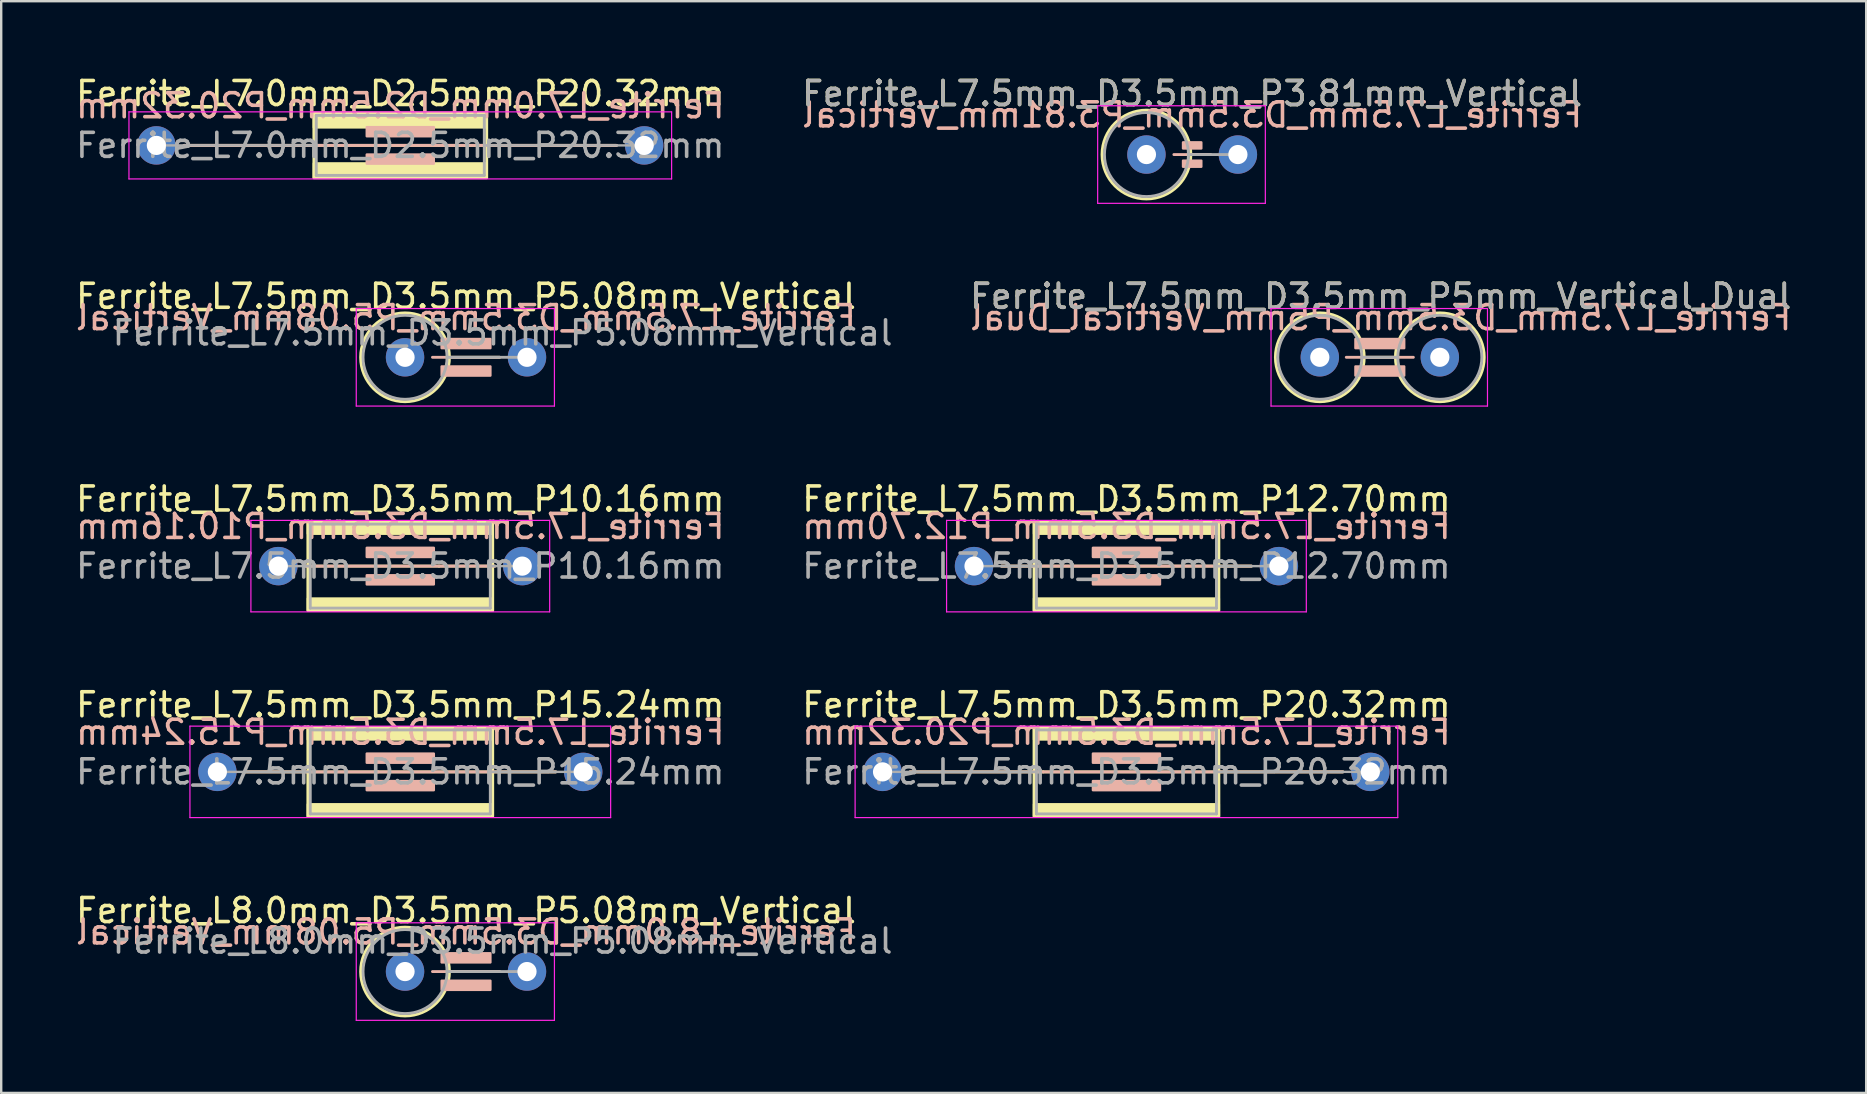
<source format=kicad_pcb>
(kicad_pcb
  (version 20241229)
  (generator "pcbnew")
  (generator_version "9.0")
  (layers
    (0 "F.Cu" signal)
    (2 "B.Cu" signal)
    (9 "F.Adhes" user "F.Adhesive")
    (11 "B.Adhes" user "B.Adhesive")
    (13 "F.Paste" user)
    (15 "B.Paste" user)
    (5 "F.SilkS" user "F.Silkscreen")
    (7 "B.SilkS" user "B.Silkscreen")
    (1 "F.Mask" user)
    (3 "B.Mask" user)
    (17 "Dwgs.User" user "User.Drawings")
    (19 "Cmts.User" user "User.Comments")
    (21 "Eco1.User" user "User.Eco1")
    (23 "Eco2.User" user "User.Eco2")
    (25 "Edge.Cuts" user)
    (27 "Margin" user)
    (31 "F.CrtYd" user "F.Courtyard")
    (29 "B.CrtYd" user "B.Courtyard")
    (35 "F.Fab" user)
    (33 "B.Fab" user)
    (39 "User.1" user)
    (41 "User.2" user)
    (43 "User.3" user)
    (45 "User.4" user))
  (footprint "Ferrite_L7.5mm_D3.5mm_P15.24mm"
    (layer "F.Cu")
    (at 6.005 29.105)
    (property "Reference" "Ferrite_L7.5mm_D3.5mm_P15.24mm" (at 7.62 -2.794 0) (layer "F.SilkS") (effects (font (size 1 1) (thickness 0.15))))
    (fp_line (start 6.694 0.000002) (end 1.143 0) (stroke (width 0.12) (type solid)) (layer "F.SilkS"))
    (fp_line (start 6.694 0.000002) (end 14.097 0) (stroke (width 0.12) (type solid)) (layer "F.SilkS"))
    (fp_rect (start 3.77 -1.85) (end 11.47 1.85) (stroke (width 0.12) (type solid)) (fill no) (layer "F.SilkS"))
    (fp_poly (pts (xy 3.77 1.35) (xy 11.47 1.35) (xy 11.47 1.85) (xy 3.77 1.85)) (stroke (width 0.1) (type solid)) (fill yes) (layer "F.SilkS"))
    (fp_poly (pts (xy 11.47 -1.35) (xy 3.77 -1.35) (xy 3.77 -1.85) (xy 11.47 -1.85)) (stroke (width 0.1) (type solid)) (fill yes) (layer "F.SilkS"))
    (fp_line (start 1.143 0) (end 14.097 0) (stroke (width 0.12) (type solid)) (layer "B.SilkS"))
    (fp_rect (start 6.223 -0.762) (end 9.017 -0.381) (stroke (width 0.1) (type solid)) (fill yes) (layer "B.SilkS"))
    (fp_rect (start 6.223 0.381) (end 9.017 0.762) (stroke (width 0.1) (type solid)) (fill yes) (layer "B.SilkS"))
    (fp_line (start -1.143 -1.905) (end 16.383 -1.905) (stroke (width 0.05) (type solid)) (layer "F.CrtYd"))
    (fp_line (start -1.143 1.905) (end -1.143 -1.905) (stroke (width 0.05) (type solid)) (layer "F.CrtYd"))
    (fp_line (start 16.383 -1.905) (end 16.383 1.905) (stroke (width 0.05) (type solid)) (layer "F.CrtYd"))
    (fp_line (start 16.383 1.905) (end -1.143 1.905) (stroke (width 0.05) (type solid)) (layer "F.CrtYd"))
    (fp_line (start 0 0) (end 3.87 0) (stroke (width 0.1) (type solid)) (layer "F.Fab"))
    (fp_line (start 3.87 -1.75) (end 11.37 -1.75) (stroke (width 0.12) (type solid)) (layer "F.Fab"))
    (fp_line (start 3.87 1.75) (end 3.87 -1.75) (stroke (width 0.12) (type solid)) (layer "F.Fab"))
    (fp_line (start 11.37 -1.75) (end 11.37 1.75) (stroke (width 0.12) (type solid)) (layer "F.Fab"))
    (fp_line (start 11.37 1.75) (end 3.87 1.75) (stroke (width 0.12) (type solid)) (layer "F.Fab"))
    (fp_line (start 15.24 0) (end 11.37 0) (stroke (width 0.1) (type solid)) (layer "F.Fab"))
    (fp_text user "${REFERENCE}" (at 7.62 -1.651 0) (layer "B.SilkS") (effects (font (size 1 1) (thickness 0.15)) (justify mirror)))
    (fp_text user "${REFERENCE}" (at 7.62 0 0) (layer "F.Fab") (effects (font (size 1 1) (thickness 0.15))))
    (pad "1" thru_hole circle (at 0 0) (size 1.6 1.6) (drill 0.8) (layers "*.Cu" "*.Mask"))
    (pad "2" thru_hole circle (at 15.24 0) (size 1.6 1.6) (drill 0.8) (layers "*.Cu" "*.Mask")))
  (footprint "Ferrite_L8.0mm_D3.5mm_P5.08mm_Vertical"
    (layer "F.Cu")
    (at 13.823 37.423)
    (property "Reference" "Ferrite_L8.0mm_D3.5mm_P5.08mm_Vertical" (at 2.54 -2.54 0) (layer "F.SilkS") (effects (font (size 1 1) (thickness 0.15))))
    (fp_line (start 1.85 0) (end 3.937 0) (stroke (width 0.12) (type solid)) (layer "F.SilkS"))
    (fp_circle (center 0 0) (end 0 -1.85) (stroke (width 0.12) (type solid)) (fill no) (layer "F.SilkS"))
    (fp_line (start 3.937 0) (end 1.143 0) (stroke (width 0.12) (type solid)) (layer "B.SilkS"))
    (fp_rect (start 1.524 -0.762) (end 3.556 -0.381) (stroke (width 0.1) (type solid)) (fill yes) (layer "B.SilkS"))
    (fp_rect (start 1.524 0.381) (end 3.556 0.762) (stroke (width 0.1) (type solid)) (fill yes) (layer "B.SilkS"))
    (fp_line (start -2.032 -2.032) (end 6.223 -2.032) (stroke (width 0.05) (type solid)) (layer "F.CrtYd"))
    (fp_line (start -2.032 2.032) (end -2.032 -2.032) (stroke (width 0.05) (type solid)) (layer "F.CrtYd"))
    (fp_line (start 6.223 -2.032) (end 6.223 2.032) (stroke (width 0.05) (type solid)) (layer "F.CrtYd"))
    (fp_line (start 6.223 2.032) (end -2.032 2.032) (stroke (width 0.05) (type solid)) (layer "F.CrtYd"))
    (fp_line (start 1.75 0) (end 5.08 0) (stroke (width 0.12) (type solid)) (layer "F.Fab"))
    (fp_circle (center 0 0) (end 0 -1.75) (stroke (width 0.12) (type solid)) (fill no) (layer "F.Fab"))
    (fp_text user "${REFERENCE}" (at 2.54 -1.651 0) (layer "B.SilkS") (effects (font (size 1 1) (thickness 0.15)) (justify mirror)))
    (fp_text user "${REFERENCE}" (at 4.064 -1.27 0) (layer "F.Fab") (effects (font (size 1 1) (thickness 0.15))))
    (pad "1" thru_hole circle (at 0 0) (size 1.6 1.6) (drill 0.8) (layers "*.Cu" "*.Mask"))
    (pad "2" thru_hole circle (at 5.08 0) (size 1.6 1.6) (drill 0.8) (layers "*.Cu" "*.Mask")))
  (footprint "Ferrite_L7.5mm_D3.5mm_P3.81mm_Vertical"
    (layer "F.Cu")
    (at 44.708 3.388)
    (property "Reference" "Ferrite_L7.5mm_D3.5mm_P3.81mm_Vertical" (at 1.905 -2.54 0) (layer "F.SilkS") (effects (font (size 1 1) (thickness 0.15))))
    (fp_line (start 1.85 0) (end 2.667 0) (stroke (width 0.12) (type solid)) (layer "F.SilkS"))
    (fp_circle (center 0 0) (end 0 -1.85) (stroke (width 0.12) (type solid)) (fill no) (layer "F.SilkS"))
    (fp_line (start 2.667 0) (end 1.143 0) (stroke (width 0.12) (type solid)) (layer "B.SilkS"))
    (fp_rect (start 1.524 -0.508) (end 2.286 -0.254) (stroke (width 0.1) (type solid)) (fill yes) (layer "B.SilkS"))
    (fp_rect (start 1.524 0.254) (end 2.286 0.508) (stroke (width 0.1) (type solid)) (fill yes) (layer "B.SilkS"))
    (fp_line (start -2.032 -2.032) (end 4.953 -2.032) (stroke (width 0.05) (type solid)) (layer "F.CrtYd"))
    (fp_line (start -2.032 2.032) (end -2.032 -2.032) (stroke (width 0.05) (type solid)) (layer "F.CrtYd"))
    (fp_line (start 4.953 -2.032) (end 4.953 2.032) (stroke (width 0.05) (type solid)) (layer "F.CrtYd"))
    (fp_line (start 4.953 2.032) (end -2.032 2.032) (stroke (width 0.05) (type solid)) (layer "F.CrtYd"))
    (fp_line (start 1.75 0) (end 3.81 0) (stroke (width 0.12) (type solid)) (layer "F.Fab"))
    (fp_circle (center 0 0) (end 0 -1.75) (stroke (width 0.12) (type solid)) (fill no) (layer "F.Fab"))
    (fp_text user "${REFERENCE}" (at 1.905 -1.651 0) (layer "B.SilkS") (effects (font (size 1 1) (thickness 0.15)) (justify mirror)))
    (fp_text user "${REFERENCE}" (at 1.905 -2.539 0) (layer "F.Fab") (effects (font (size 1 1) (thickness 0.15))))
    (pad "1" thru_hole circle (at 0 0) (size 1.6 1.6) (drill 0.8) (layers "*.Cu" "*.Mask"))
    (pad "2" thru_hole circle (at 3.81 0) (size 1.6 1.6) (drill 0.8) (layers "*.Cu" "*.Mask")))
  (footprint "Ferrite_L7.5mm_D3.5mm_P20.32mm"
    (layer "F.Cu")
    (at 33.715 29.105)
    (property "Reference" "Ferrite_L7.5mm_D3.5mm_P20.32mm" (at 10.16 -2.794 0) (layer "F.SilkS") (effects (font (size 1 1) (thickness 0.15))))
    (fp_line (start 6.694 0.000002) (end 1.143 0) (stroke (width 0.12) (type solid)) (layer "F.SilkS"))
    (fp_line (start 6.694 0.000002) (end 19.177 0) (stroke (width 0.12) (type solid)) (layer "F.SilkS"))
    (fp_rect (start 6.31 -1.85) (end 14.01 1.85) (stroke (width 0.12) (type solid)) (fill no) (layer "F.SilkS"))
    (fp_poly (pts (xy 6.31 1.35) (xy 14.01 1.35) (xy 14.01 1.85) (xy 6.31 1.85)) (stroke (width 0.1) (type solid)) (fill yes) (layer "F.SilkS"))
    (fp_poly (pts (xy 14.01 -1.35) (xy 6.31 -1.35) (xy 6.31 -1.85) (xy 14.01 -1.85)) (stroke (width 0.1) (type solid)) (fill yes) (layer "F.SilkS"))
    (fp_line (start 1.143 0) (end 19.177 0) (stroke (width 0.12) (type solid)) (layer "B.SilkS"))
    (fp_rect (start 8.763 -0.762) (end 11.557 -0.381) (stroke (width 0.1) (type solid)) (fill yes) (layer "B.SilkS"))
    (fp_rect (start 8.763 0.381) (end 11.557 0.762) (stroke (width 0.1) (type solid)) (fill yes) (layer "B.SilkS"))
    (fp_line (start -1.143 -1.905) (end 21.463 -1.905) (stroke (width 0.05) (type solid)) (layer "F.CrtYd"))
    (fp_line (start -1.143 1.905) (end -1.143 -1.905) (stroke (width 0.05) (type solid)) (layer "F.CrtYd"))
    (fp_line (start 21.463 -1.905) (end 21.463 1.905) (stroke (width 0.05) (type solid)) (layer "F.CrtYd"))
    (fp_line (start 21.463 1.905) (end -1.143 1.905) (stroke (width 0.05) (type solid)) (layer "F.CrtYd"))
    (fp_line (start 0 0) (end 6.41 0) (stroke (width 0.1) (type solid)) (layer "F.Fab"))
    (fp_line (start 6.41 -1.75) (end 13.91 -1.75) (stroke (width 0.12) (type solid)) (layer "F.Fab"))
    (fp_line (start 6.41 1.75) (end 6.41 -1.75) (stroke (width 0.12) (type solid)) (layer "F.Fab"))
    (fp_line (start 13.91 -1.75) (end 13.91 1.75) (stroke (width 0.12) (type solid)) (layer "F.Fab"))
    (fp_line (start 13.91 1.75) (end 6.41 1.75) (stroke (width 0.12) (type solid)) (layer "F.Fab"))
    (fp_line (start 20.32 0) (end 13.91 0) (stroke (width 0.1) (type solid)) (layer "F.Fab"))
    (fp_text user "${REFERENCE}" (at 10.16 -1.651 0) (layer "B.SilkS") (effects (font (size 1 1) (thickness 0.15)) (justify mirror)))
    (fp_text user "${REFERENCE}" (at 10.16 0 0) (layer "F.Fab") (effects (font (size 1 1) (thickness 0.15))))
    (pad "1" thru_hole circle (at 0 0) (size 1.6 1.6) (drill 0.8) (layers "*.Cu" "*.Mask"))
    (pad "2" thru_hole circle (at 20.32 0) (size 1.6 1.6) (drill 0.8) (layers "*.Cu" "*.Mask")))
  (footprint "Ferrite_L7.5mm_D3.5mm_P5mm_Vertical_Dual"
    (layer "F.Cu")
    (at 51.93 11.834)
    (property "Reference" "Ferrite_L7.5mm_D3.5mm_P5mm_Vertical_Dual" (at 2.54 -2.54 0) (layer "F.SilkS") (effects (font (size 1 1) (thickness 0.15))))
    (fp_line (start 1.85 0) (end 3.15 0) (stroke (width 0.12) (type solid)) (layer "F.SilkS"))
    (fp_circle (center 0 0) (end 0 -1.85) (stroke (width 0.12) (type solid)) (fill no) (layer "F.SilkS"))
    (fp_circle (center 5 0) (end 5 -1.85) (stroke (width 0.12) (type solid)) (fill no) (layer "F.SilkS"))
    (fp_line (start 3.897 0) (end 1.103 0) (stroke (width 0.12) (type solid)) (layer "B.SilkS"))
    (fp_rect (start 1.484 -0.762) (end 3.516 -0.381) (stroke (width 0.1) (type solid)) (fill yes) (layer "B.SilkS"))
    (fp_rect (start 1.484 0.381) (end 3.516 0.762) (stroke (width 0.1) (type solid)) (fill yes) (layer "B.SilkS"))
    (fp_line (start -2.032 -2.032) (end 6.985 -2.032) (stroke (width 0.05) (type solid)) (layer "F.CrtYd"))
    (fp_line (start -2.032 2.032) (end -2.032 -2.032) (stroke (width 0.05) (type solid)) (layer "F.CrtYd"))
    (fp_line (start 6.985 -2.032) (end 6.985 2.032) (stroke (width 0.05) (type solid)) (layer "F.CrtYd"))
    (fp_line (start 6.985 2.032) (end -2.032 2.032) (stroke (width 0.05) (type solid)) (layer "F.CrtYd"))
    (fp_line (start 1.75 0) (end 3.25 0) (stroke (width 0.12) (type solid)) (layer "F.Fab"))
    (fp_circle (center 0 0) (end 0 -1.75) (stroke (width 0.12) (type solid)) (fill no) (layer "F.Fab"))
    (fp_circle (center 5 0) (end 5 -1.75) (stroke (width 0.12) (type solid)) (fill no) (layer "F.Fab"))
    (fp_text user "${REFERENCE}" (at 2.54 -1.651 0) (layer "B.SilkS") (effects (font (size 1 1) (thickness 0.15)) (justify mirror)))
    (fp_text user "${REFERENCE}" (at 2.54 -2.539 0) (layer "F.Fab") (effects (font (size 1 1) (thickness 0.15))))
    (pad "1" thru_hole circle (at 0 0) (size 1.6 1.6) (drill 0.8) (layers "*.Cu" "*.Mask"))
    (pad "2" thru_hole circle (at 5 0) (size 1.6 1.6) (drill 0.8) (layers "*.Cu" "*.Mask")))
  (footprint "Ferrite_L7.5mm_D3.5mm_P10.16mm"
    (layer "F.Cu")
    (at 8.545 20.533)
    (property "Reference" "Ferrite_L7.5mm_D3.5mm_P10.16mm" (at 5.08 -2.794 0) (layer "F.SilkS") (effects (font (size 1 1) (thickness 0.15))))
    (fp_line (start 6.694 0.000002) (end 1.143 0) (stroke (width 0.12) (type solid)) (layer "F.SilkS"))
    (fp_line (start 6.694 0.000002) (end 9.017 0) (stroke (width 0.12) (type solid)) (layer "F.SilkS"))
    (fp_rect (start 1.23 -1.85) (end 8.93 1.85) (stroke (width 0.12) (type solid)) (fill no) (layer "F.SilkS"))
    (fp_poly (pts (xy 1.23 1.35) (xy 8.93 1.35) (xy 8.93 1.85) (xy 1.23 1.85)) (stroke (width 0.1) (type solid)) (fill yes) (layer "F.SilkS"))
    (fp_poly (pts (xy 8.93 -1.35) (xy 1.23 -1.35) (xy 1.23 -1.85) (xy 8.93 -1.85)) (stroke (width 0.1) (type solid)) (fill yes) (layer "F.SilkS"))
    (fp_line (start 1.143 0) (end 9.017 0) (stroke (width 0.12) (type solid)) (layer "B.SilkS"))
    (fp_rect (start 3.683 -0.762) (end 6.477 -0.381) (stroke (width 0.1) (type solid)) (fill yes) (layer "B.SilkS"))
    (fp_rect (start 3.683 0.381) (end 6.477 0.762) (stroke (width 0.1) (type solid)) (fill yes) (layer "B.SilkS"))
    (fp_line (start -1.143 -1.905) (end 11.303 -1.905) (stroke (width 0.05) (type solid)) (layer "F.CrtYd"))
    (fp_line (start -1.143 1.905) (end -1.143 -1.905) (stroke (width 0.05) (type solid)) (layer "F.CrtYd"))
    (fp_line (start 11.303 -1.905) (end 11.303 1.905) (stroke (width 0.05) (type solid)) (layer "F.CrtYd"))
    (fp_line (start 11.303 1.905) (end -1.143 1.905) (stroke (width 0.05) (type solid)) (layer "F.CrtYd"))
    (fp_line (start 0 0) (end 1.33 0) (stroke (width 0.1) (type solid)) (layer "F.Fab"))
    (fp_line (start 1.33 -1.75) (end 8.83 -1.75) (stroke (width 0.12) (type solid)) (layer "F.Fab"))
    (fp_line (start 1.33 1.75) (end 1.33 -1.75) (stroke (width 0.12) (type solid)) (layer "F.Fab"))
    (fp_line (start 8.83 -1.75) (end 8.83 1.75) (stroke (width 0.12) (type solid)) (layer "F.Fab"))
    (fp_line (start 8.83 1.75) (end 1.33 1.75) (stroke (width 0.12) (type solid)) (layer "F.Fab"))
    (fp_line (start 10.16 0) (end 8.83 0) (stroke (width 0.1) (type solid)) (layer "F.Fab"))
    (fp_text user "${REFERENCE}" (at 5.08 -1.651 0) (layer "B.SilkS") (effects (font (size 1 1) (thickness 0.15)) (justify mirror)))
    (fp_text user "${REFERENCE}" (at 5.08 0 0) (layer "F.Fab") (effects (font (size 1 1) (thickness 0.15))))
    (pad "1" thru_hole circle (at 0 0) (size 1.6 1.6) (drill 0.8) (layers "*.Cu" "*.Mask"))
    (pad "2" thru_hole circle (at 10.16 0) (size 1.6 1.6) (drill 0.8) (layers "*.Cu" "*.Mask")))
  (footprint "Ferrite_L7.5mm_D3.5mm_P5.08mm_Vertical"
    (layer "F.Cu")
    (at 13.823 11.834)
    (property "Reference" "Ferrite_L7.5mm_D3.5mm_P5.08mm_Vertical" (at 2.54 -2.54 0) (layer "F.SilkS") (effects (font (size 1 1) (thickness 0.15))))
    (fp_line (start 1.85 0) (end 3.937 0) (stroke (width 0.12) (type solid)) (layer "F.SilkS"))
    (fp_circle (center 0 0) (end 0 -1.85) (stroke (width 0.12) (type solid)) (fill no) (layer "F.SilkS"))
    (fp_line (start 3.937 0) (end 1.143 0) (stroke (width 0.12) (type solid)) (layer "B.SilkS"))
    (fp_rect (start 1.524 -0.762) (end 3.556 -0.381) (stroke (width 0.1) (type solid)) (fill yes) (layer "B.SilkS"))
    (fp_rect (start 1.524 0.381) (end 3.556 0.762) (stroke (width 0.1) (type solid)) (fill yes) (layer "B.SilkS"))
    (fp_line (start -2.032 -2.032) (end 6.223 -2.032) (stroke (width 0.05) (type solid)) (layer "F.CrtYd"))
    (fp_line (start -2.032 2.032) (end -2.032 -2.032) (stroke (width 0.05) (type solid)) (layer "F.CrtYd"))
    (fp_line (start 6.223 -2.032) (end 6.223 2.032) (stroke (width 0.05) (type solid)) (layer "F.CrtYd"))
    (fp_line (start 6.223 2.032) (end -2.032 2.032) (stroke (width 0.05) (type solid)) (layer "F.CrtYd"))
    (fp_line (start 1.75 0) (end 5.08 0) (stroke (width 0.12) (type solid)) (layer "F.Fab"))
    (fp_circle (center 0 0) (end 0 -1.75) (stroke (width 0.12) (type solid)) (fill no) (layer "F.Fab"))
    (fp_text user "${REFERENCE}" (at 2.54 -1.651 0) (layer "B.SilkS") (effects (font (size 1 1) (thickness 0.15)) (justify mirror)))
    (fp_text user "${REFERENCE}" (at 4.064 -1.016 0) (layer "F.Fab") (effects (font (size 1 1) (thickness 0.15))))
    (pad "1" thru_hole circle (at 0 0) (size 1.6 1.6) (drill 0.8) (layers "*.Cu" "*.Mask"))
    (pad "2" thru_hole circle (at 5.08 0) (size 1.6 1.6) (drill 0.8) (layers "*.Cu" "*.Mask")))
  (footprint "Ferrite_L7.0mm_D2.5mm_P20.32mm"
    (layer "F.Cu")
    (at 3.465 3.007)
    (property "Reference" "Ferrite_L7.0mm_D2.5mm_P20.32mm" (at 10.16 -2.159 0) (layer "F.SilkS") (effects (font (size 1 1) (thickness 0.15))))
    (fp_line (start 11.774 0.000002) (end 1.16 0) (stroke (width 0.12) (type solid)) (layer "F.SilkS"))
    (fp_line (start 11.774 0.000002) (end 19.16 0) (stroke (width 0.12) (type solid)) (layer "F.SilkS"))
    (fp_rect (start 6.56 -1.35) (end 13.76 1.35) (stroke (width 0.12) (type solid)) (fill no) (layer "F.SilkS"))
    (fp_poly (pts (xy 13.76 -0.75) (xy 6.56 -0.75) (xy 6.56 -1.35) (xy 13.76 -1.35)) (stroke (width 0.1) (type solid)) (fill yes) (layer "F.SilkS"))
    (fp_poly (pts (xy 13.76 1.35) (xy 6.56 1.35) (xy 6.56 0.75) (xy 13.76 0.75)) (stroke (width 0.1) (type solid)) (fill yes) (layer "F.SilkS"))
    (fp_line (start 1.143 0) (end 19.177 0) (stroke (width 0.12) (type solid)) (layer "B.SilkS"))
    (fp_rect (start 8.763 -0.762) (end 11.557 -0.381) (stroke (width 0.1) (type solid)) (fill yes) (layer "B.SilkS"))
    (fp_rect (start 8.763 0.381) (end 11.557 0.762) (stroke (width 0.1) (type solid)) (fill yes) (layer "B.SilkS"))
    (fp_line (start -1.143 -1.397) (end 21.463 -1.397) (stroke (width 0.05) (type solid)) (layer "F.CrtYd"))
    (fp_line (start -1.143 1.397) (end -1.143 -1.397) (stroke (width 0.05) (type solid)) (layer "F.CrtYd"))
    (fp_line (start 21.463 -1.397) (end 21.463 1.397) (stroke (width 0.05) (type solid)) (layer "F.CrtYd"))
    (fp_line (start 21.463 1.397) (end -1.143 1.397) (stroke (width 0.05) (type solid)) (layer "F.CrtYd"))
    (fp_line (start 0 0) (end 6.66 0) (stroke (width 0.1) (type solid)) (layer "F.Fab"))
    (fp_line (start 6.66 -1.25) (end 6.66 0) (stroke (width 0.12) (type solid)) (layer "F.Fab"))
    (fp_line (start 6.66 0) (end 6.66 1.25) (stroke (width 0.12) (type solid)) (layer "F.Fab"))
    (fp_line (start 6.66 1.25) (end 13.66 1.25) (stroke (width 0.12) (type solid)) (layer "F.Fab"))
    (fp_line (start 13.66 -1.25) (end 6.66 -1.25) (stroke (width 0.12) (type solid)) (layer "F.Fab"))
    (fp_line (start 13.66 1.25) (end 13.66 -1.25) (stroke (width 0.12) (type solid)) (layer "F.Fab"))
    (fp_line (start 20.32 0) (end 13.66 0) (stroke (width 0.1) (type solid)) (layer "F.Fab"))
    (fp_text user "${REFERENCE}" (at 10.16 -1.651 0) (layer "B.SilkS") (effects (font (size 1 1) (thickness 0.15)) (justify mirror)))
    (fp_text user "${REFERENCE}" (at 10.16 0 0) (layer "F.Fab") (effects (font (size 1 1) (thickness 0.15))))
    (pad "1" thru_hole circle (at 0 0) (size 1.6 1.6) (drill 0.8) (layers "*.Cu" "*.Mask"))
    (pad "2" thru_hole circle (at 20.32 0) (size 1.6 1.6) (drill 0.8) (layers "*.Cu" "*.Mask")))
  (footprint "Ferrite_L7.5mm_D3.5mm_P12.70mm"
    (layer "F.Cu")
    (at 37.525 20.533)
    (property "Reference" "Ferrite_L7.5mm_D3.5mm_P12.70mm" (at 6.35 -2.794 0) (layer "F.SilkS") (effects (font (size 1 1) (thickness 0.15))))
    (fp_line (start 6.694 0.000002) (end 1.143 0) (stroke (width 0.12) (type solid)) (layer "F.SilkS"))
    (fp_line (start 6.694 0.000002) (end 11.557 0) (stroke (width 0.12) (type solid)) (layer "F.SilkS"))
    (fp_rect (start 2.5 -1.85) (end 10.2 1.85) (stroke (width 0.12) (type solid)) (fill no) (layer "F.SilkS"))
    (fp_poly (pts (xy 2.5 1.35) (xy 10.2 1.35) (xy 10.2 1.85) (xy 2.5 1.85)) (stroke (width 0.1) (type solid)) (fill yes) (layer "F.SilkS"))
    (fp_poly (pts (xy 10.2 -1.35) (xy 2.5 -1.35) (xy 2.5 -1.85) (xy 10.2 -1.85)) (stroke (width 0.1) (type solid)) (fill yes) (layer "F.SilkS"))
    (fp_line (start 1.143 0) (end 11.557 0) (stroke (width 0.12) (type solid)) (layer "B.SilkS"))
    (fp_rect (start 4.953 -0.762) (end 7.747 -0.381) (stroke (width 0.1) (type solid)) (fill yes) (layer "B.SilkS"))
    (fp_rect (start 4.953 0.381) (end 7.747 0.762) (stroke (width 0.1) (type solid)) (fill yes) (layer "B.SilkS"))
    (fp_line (start -1.143 -1.905) (end 13.843 -1.905) (stroke (width 0.05) (type solid)) (layer "F.CrtYd"))
    (fp_line (start -1.143 1.905) (end -1.143 -1.905) (stroke (width 0.05) (type solid)) (layer "F.CrtYd"))
    (fp_line (start 13.843 -1.905) (end 13.843 1.905) (stroke (width 0.05) (type solid)) (layer "F.CrtYd"))
    (fp_line (start 13.843 1.905) (end -1.143 1.905) (stroke (width 0.05) (type solid)) (layer "F.CrtYd"))
    (fp_line (start 0 0) (end 2.6 0) (stroke (width 0.1) (type solid)) (layer "F.Fab"))
    (fp_line (start 2.6 -1.75) (end 10.1 -1.75) (stroke (width 0.12) (type solid)) (layer "F.Fab"))
    (fp_line (start 2.6 1.75) (end 2.6 -1.75) (stroke (width 0.12) (type solid)) (layer "F.Fab"))
    (fp_line (start 10.1 -1.75) (end 10.1 1.75) (stroke (width 0.12) (type solid)) (layer "F.Fab"))
    (fp_line (start 10.1 1.75) (end 2.6 1.75) (stroke (width 0.12) (type solid)) (layer "F.Fab"))
    (fp_line (start 12.446 0) (end 10.1 0) (stroke (width 0.1) (type solid)) (layer "F.Fab"))
    (fp_text user "${REFERENCE}" (at 6.35 -1.651 0) (layer "B.SilkS") (effects (font (size 1 1) (thickness 0.15)) (justify mirror)))
    (fp_text user "${REFERENCE}" (at 6.35 0 0) (layer "F.Fab") (effects (font (size 1 1) (thickness 0.15))))
    (pad "1" thru_hole circle (at 0 0) (size 1.6 1.6) (drill 0.8) (layers "*.Cu" "*.Mask"))
    (pad "2" thru_hole circle (at 12.7 0) (size 1.6 1.6) (drill 0.8) (layers "*.Cu" "*.Mask")))
  (gr_rect
    (start -3 -3)
    (end 74.691 42.48)
    (stroke (width 0.1) (type default))
    (fill no)
    (layer "Edge.Cuts")))
</source>
